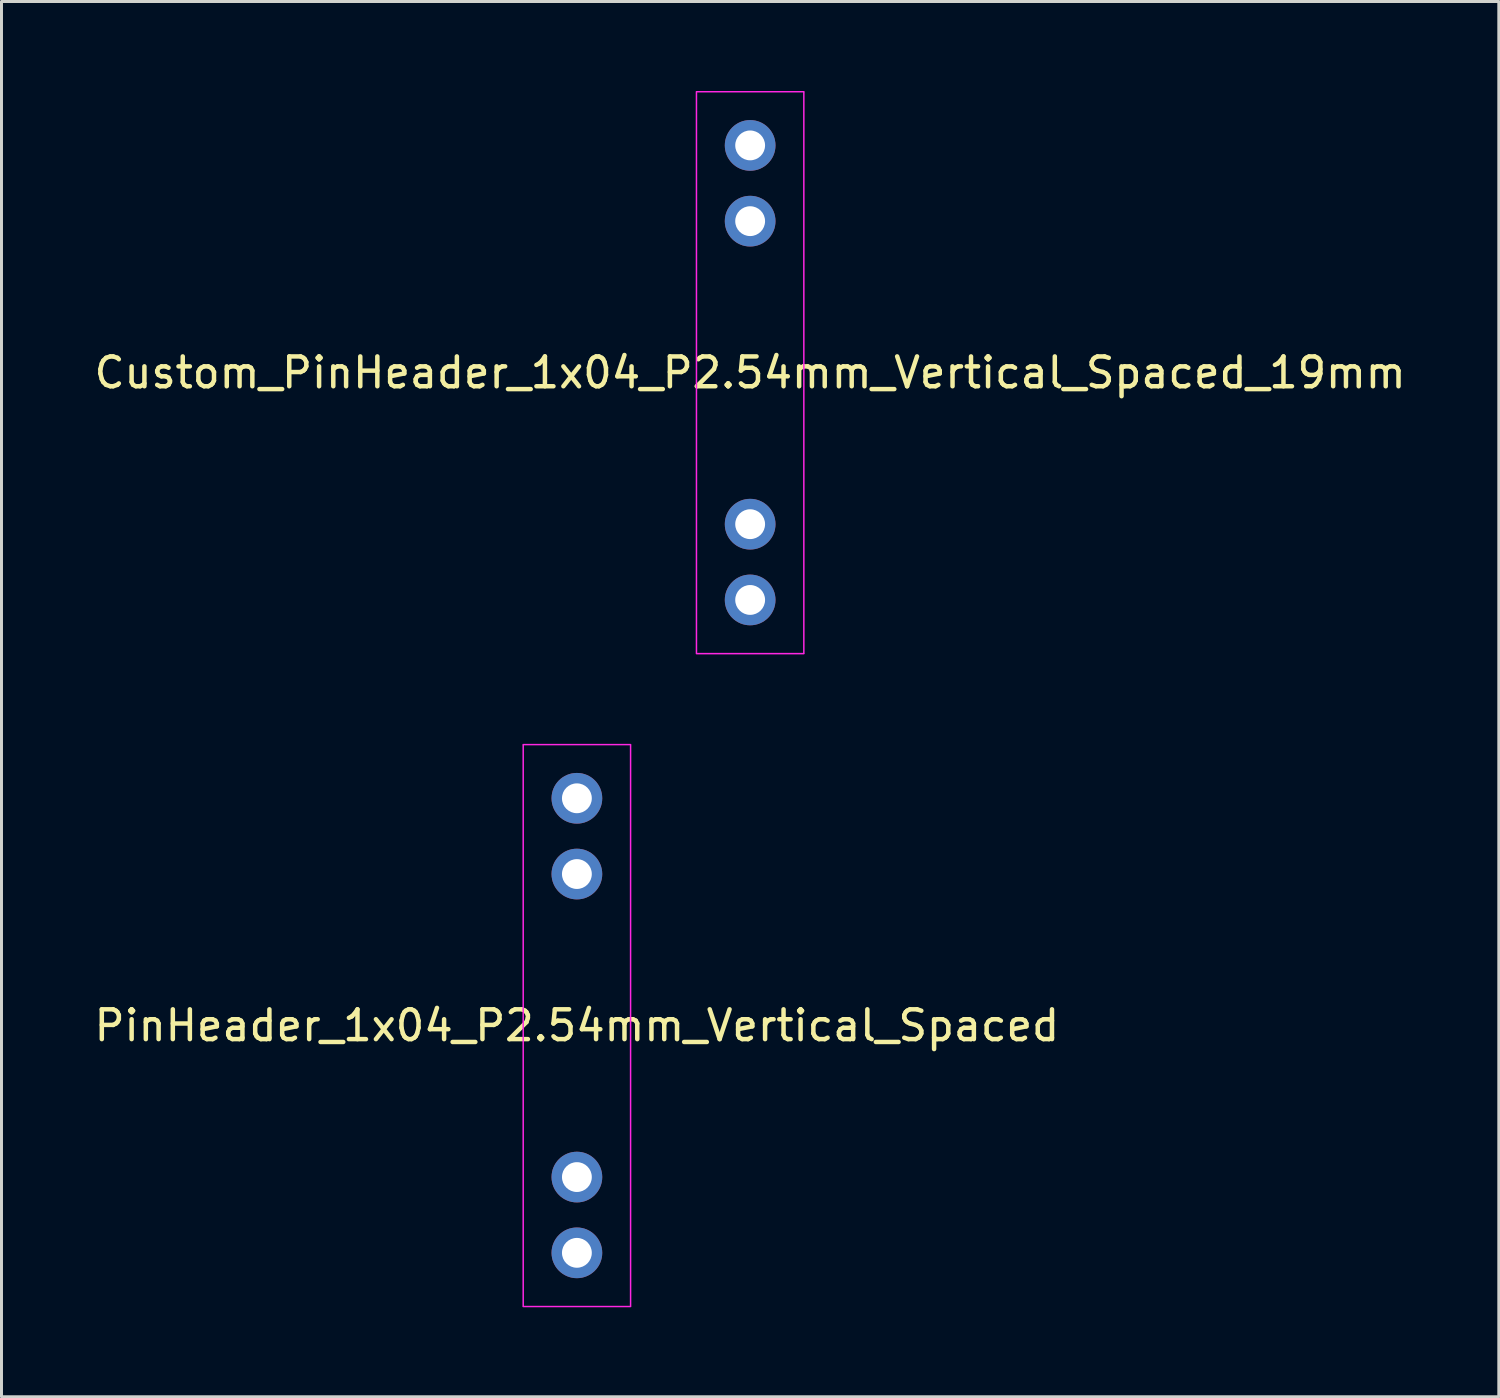
<source format=kicad_pcb>
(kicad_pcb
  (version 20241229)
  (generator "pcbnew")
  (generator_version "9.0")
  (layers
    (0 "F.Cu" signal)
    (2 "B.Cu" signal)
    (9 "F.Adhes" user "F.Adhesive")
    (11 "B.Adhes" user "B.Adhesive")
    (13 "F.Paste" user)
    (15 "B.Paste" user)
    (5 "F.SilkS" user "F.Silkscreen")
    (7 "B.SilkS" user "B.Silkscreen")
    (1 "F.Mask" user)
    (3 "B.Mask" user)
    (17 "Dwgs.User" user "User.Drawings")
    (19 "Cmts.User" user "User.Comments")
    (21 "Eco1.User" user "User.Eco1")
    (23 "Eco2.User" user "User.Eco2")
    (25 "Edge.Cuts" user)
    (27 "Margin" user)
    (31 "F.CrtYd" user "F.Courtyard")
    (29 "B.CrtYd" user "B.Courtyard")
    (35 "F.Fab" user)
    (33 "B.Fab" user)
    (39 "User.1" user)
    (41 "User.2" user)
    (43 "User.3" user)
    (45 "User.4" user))
  (footprint "PinHeader_1x04_P2.54mm_Vertical_Spaced"
    (layer "F.Cu")
    (at 16.292 31.335)
    (property "Reference" "PinHeader_1x04_P2.54mm_Vertical_Spaced" (at 0 0 0) (layer "F.SilkS") (effects (font (size 1 1) (thickness 0.15))))
    (attr through_hole)
    (fp_line (start -1.8 -9.4) (end -1.8 9.4) (stroke (width 0.05) (type solid)) (layer "F.CrtYd"))
    (fp_line (start -1.8 9.42) (end 1.8 9.42) (stroke (width 0.05) (type solid)) (layer "F.CrtYd"))
    (fp_line (start 1.8 -9.42) (end -1.8 -9.42) (stroke (width 0.05) (type solid)) (layer "F.CrtYd"))
    (fp_line (start 1.8 9.4) (end 1.8 -9.4) (stroke (width 0.05) (type solid)) (layer "F.CrtYd"))
    (fp_circle (center 0 7.62) (end 0.2 7.62) (stroke (width 0.1) (type default)) (fill no) (layer "User.1"))
    (pad "1" thru_hole circle (at 0 -7.62) (size 1.7 1.7) (drill 1) (layers "*.Cu" "*.Mask"))
    (pad "1" thru_hole oval (at 0 -5.08) (size 1.7 1.7) (drill 1) (layers "*.Cu" "*.Mask"))
    (pad "2" thru_hole oval (at 0 5.08) (size 1.7 1.7) (drill 1) (layers "*.Cu" "*.Mask"))
    (pad "2" thru_hole oval (at 0 7.62) (size 1.7 1.7) (drill 1) (layers "*.Cu" "*.Mask")))
  (footprint "Custom_PinHeader_1x04_P2.54mm_Vertical_Spaced_19mm"
    (layer "F.Cu")
    (at 22.101 9.445)
    (property "Reference" "Custom_PinHeader_1x04_P2.54mm_Vertical_Spaced_19mm" (at 0 0 0) (layer "F.SilkS") (effects (font (size 1 1) (thickness 0.15))))
    (attr through_hole)
    (fp_line (start -1.8 -9.4) (end -1.8 9.4) (stroke (width 0.05) (type solid)) (layer "F.CrtYd"))
    (fp_line (start -1.8 9.42) (end 1.8 9.42) (stroke (width 0.05) (type solid)) (layer "F.CrtYd"))
    (fp_line (start 1.8 -9.42) (end -1.8 -9.42) (stroke (width 0.05) (type solid)) (layer "F.CrtYd"))
    (fp_line (start 1.8 9.4) (end 1.8 -9.4) (stroke (width 0.05) (type solid)) (layer "F.CrtYd"))
    (fp_circle (center 0 7.62) (end 0.2 7.62) (stroke (width 0.1) (type default)) (fill no) (layer "User.1"))
    (pad "1" thru_hole circle (at 0 -7.62) (size 1.7 1.7) (drill 1) (layers "*.Cu" "*.Mask"))
    (pad "1" thru_hole oval (at 0 -5.08) (size 1.7 1.7) (drill 1) (layers "*.Cu" "*.Mask"))
    (pad "2" thru_hole oval (at 0 5.08) (size 1.7 1.7) (drill 1) (layers "*.Cu" "*.Mask"))
    (pad "2" thru_hole oval (at 0 7.62) (size 1.7 1.7) (drill 1) (layers "*.Cu" "*.Mask")))
  (gr_rect
    (start -3 -3)
    (end 47.202 43.78)
    (stroke (width 0.1) (type default))
    (fill no)
    (layer "Edge.Cuts")))
</source>
